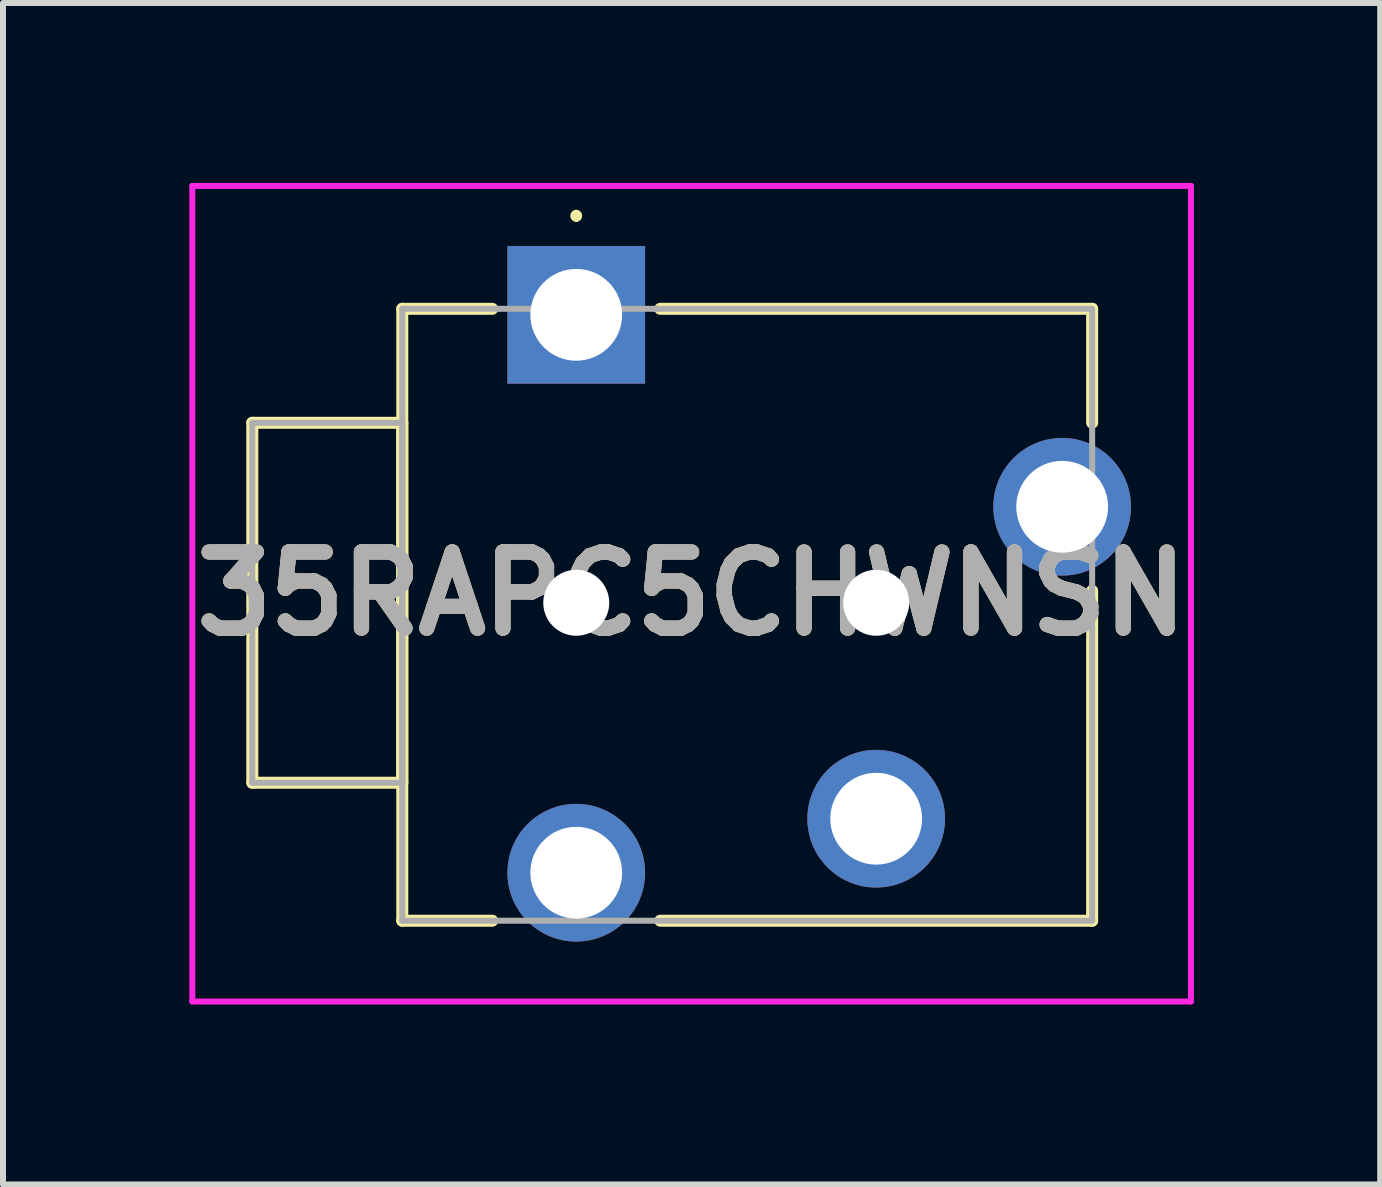
<source format=kicad_pcb>
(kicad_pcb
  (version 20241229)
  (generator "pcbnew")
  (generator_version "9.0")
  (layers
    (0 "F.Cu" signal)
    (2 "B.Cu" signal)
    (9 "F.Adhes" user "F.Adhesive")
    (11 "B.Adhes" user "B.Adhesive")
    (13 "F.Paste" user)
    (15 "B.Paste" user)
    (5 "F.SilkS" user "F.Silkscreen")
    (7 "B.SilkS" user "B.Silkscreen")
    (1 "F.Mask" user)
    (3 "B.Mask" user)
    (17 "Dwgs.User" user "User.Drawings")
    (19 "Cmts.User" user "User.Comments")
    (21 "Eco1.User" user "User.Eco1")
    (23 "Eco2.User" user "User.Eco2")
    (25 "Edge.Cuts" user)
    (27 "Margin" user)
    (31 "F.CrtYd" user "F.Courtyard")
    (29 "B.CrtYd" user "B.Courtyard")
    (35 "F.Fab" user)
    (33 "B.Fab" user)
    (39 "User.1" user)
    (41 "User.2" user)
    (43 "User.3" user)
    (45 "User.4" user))
  (footprint "35RAPC5CHWNSN"
    (layer "F.Cu")
    (at 6.556 2.198)
    (property "Reference" "35RAPC5CHWNSN" (at 1.923 4.649 0) (layer "F.SilkS") (effects (font (size 1.27 1.27) (thickness 0.254))))
    (attr through_hole)
    (fp_line (start -5.4 1.8) (end -2.9 1.8) (stroke (width 0.2) (type solid)) (layer "F.SilkS"))
    (fp_line (start -5.4 7.8) (end -5.4 1.8) (stroke (width 0.2) (type solid)) (layer "F.SilkS"))
    (fp_line (start -2.9 -0.1) (end -2.9 10.1) (stroke (width 0.2) (type solid)) (layer "F.SilkS"))
    (fp_line (start -2.9 1.8) (end -2.9 7.8) (stroke (width 0.2) (type solid)) (layer "F.SilkS"))
    (fp_line (start -2.9 7.8) (end -5.4 7.8) (stroke (width 0.2) (type solid)) (layer "F.SilkS"))
    (fp_line (start -2.9 10.1) (end -1.4 10.1) (stroke (width 0.2) (type solid)) (layer "F.SilkS"))
    (fp_line (start -1.4 -0.1) (end -2.9 -0.1) (stroke (width 0.2) (type solid)) (layer "F.SilkS"))
    (fp_line (start 0 -1.7) (end 0 -1.7) (stroke (width 0.1) (type solid)) (layer "F.SilkS"))
    (fp_line (start 0 -1.6) (end 0 -1.6) (stroke (width 0.1) (type solid)) (layer "F.SilkS"))
    (fp_line (start 1.4 10.1) (end 8.6 10.1) (stroke (width 0.2) (type solid)) (layer "F.SilkS"))
    (fp_line (start 8.6 -0.1) (end 1.4 -0.1) (stroke (width 0.2) (type solid)) (layer "F.SilkS"))
    (fp_line (start 8.6 1.8) (end 8.6 -0.1) (stroke (width 0.2) (type solid)) (layer "F.SilkS"))
    (fp_line (start 8.6 10.1) (end 8.6 4.6) (stroke (width 0.2) (type solid)) (layer "F.SilkS"))
    (fp_arc (start 0 -1.7) (mid 0.05 -1.65) (end 0 -1.6) (stroke (width 0.1) (type solid)) (layer "F.SilkS"))
    (fp_arc (start 0 -1.6) (mid -0.05 -1.65) (end 0 -1.7) (stroke (width 0.1) (type solid)) (layer "F.SilkS"))
    (fp_line (start -6.4 -2.148) (end 10.247 -2.148) (stroke (width 0.1) (type solid)) (layer "F.CrtYd"))
    (fp_line (start -6.4 11.447) (end -6.4 -2.148) (stroke (width 0.1) (type solid)) (layer "F.CrtYd"))
    (fp_line (start 10.247 -2.148) (end 10.247 11.447) (stroke (width 0.1) (type solid)) (layer "F.CrtYd"))
    (fp_line (start 10.247 11.447) (end -6.4 11.447) (stroke (width 0.1) (type solid)) (layer "F.CrtYd"))
    (fp_line (start -5.4 1.8) (end -2.9 1.8) (stroke (width 0.1) (type solid)) (layer "F.Fab"))
    (fp_line (start -5.4 7.8) (end -5.4 1.8) (stroke (width 0.1) (type solid)) (layer "F.Fab"))
    (fp_line (start -2.9 -0.1) (end -2.9 10.1) (stroke (width 0.1) (type solid)) (layer "F.Fab"))
    (fp_line (start -2.9 1.8) (end -2.9 7.8) (stroke (width 0.1) (type solid)) (layer "F.Fab"))
    (fp_line (start -2.9 7.8) (end -5.4 7.8) (stroke (width 0.1) (type solid)) (layer "F.Fab"))
    (fp_line (start -2.9 10.1) (end 8.6 10.1) (stroke (width 0.1) (type solid)) (layer "F.Fab"))
    (fp_line (start 8.6 -0.1) (end -2.9 -0.1) (stroke (width 0.1) (type solid)) (layer "F.Fab"))
    (fp_line (start 8.6 10.1) (end 8.6 -0.1) (stroke (width 0.1) (type solid)) (layer "F.Fab"))
    (fp_text user "${REFERENCE}" (at 1.923 4.649 0) (layer "F.Fab") (effects (font (size 1.27 1.27) (thickness 0.254))))
    (pad "" np_thru_hole circle (at 0 4.8) (size 1.1 1.1) (drill 1.1) (layers "*.Cu" "*.Mask"))
    (pad "" np_thru_hole circle (at 5 4.8) (size 1.1 1.1) (drill 1.1) (layers "*.Cu" "*.Mask"))
    (pad "1" thru_hole rect (at 0 0) (size 2.295 2.295) (drill 1.53) (layers "*.Cu" "*.Mask"))
    (pad "2" thru_hole circle (at 5 8.4) (size 2.295 2.295) (drill 1.53) (layers "*.Cu" "*.Mask"))
    (pad "3" thru_hole circle (at 8.1 3.2) (size 2.295 2.295) (drill 1.53) (layers "*.Cu" "*.Mask"))
    (pad "4" thru_hole circle (at 0 9.3) (size 2.295 2.295) (drill 1.53) (layers "*.Cu" "*.Mask")))
  (gr_rect
    (start -3 -3)
    (end 19.958 16.695)
    (stroke (width 0.1) (type default))
    (fill no)
    (layer "Edge.Cuts")))
</source>
